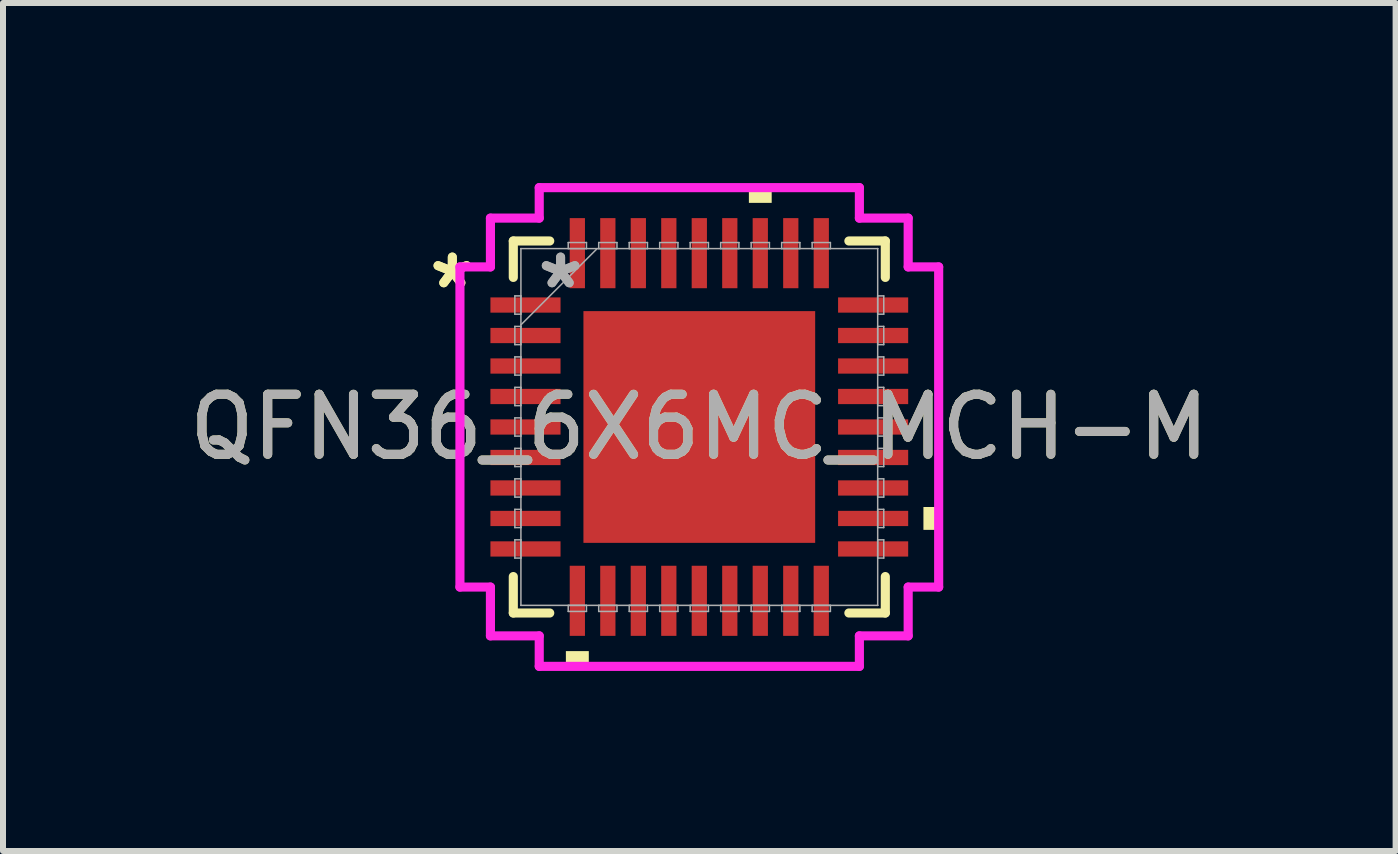
<source format=kicad_pcb>
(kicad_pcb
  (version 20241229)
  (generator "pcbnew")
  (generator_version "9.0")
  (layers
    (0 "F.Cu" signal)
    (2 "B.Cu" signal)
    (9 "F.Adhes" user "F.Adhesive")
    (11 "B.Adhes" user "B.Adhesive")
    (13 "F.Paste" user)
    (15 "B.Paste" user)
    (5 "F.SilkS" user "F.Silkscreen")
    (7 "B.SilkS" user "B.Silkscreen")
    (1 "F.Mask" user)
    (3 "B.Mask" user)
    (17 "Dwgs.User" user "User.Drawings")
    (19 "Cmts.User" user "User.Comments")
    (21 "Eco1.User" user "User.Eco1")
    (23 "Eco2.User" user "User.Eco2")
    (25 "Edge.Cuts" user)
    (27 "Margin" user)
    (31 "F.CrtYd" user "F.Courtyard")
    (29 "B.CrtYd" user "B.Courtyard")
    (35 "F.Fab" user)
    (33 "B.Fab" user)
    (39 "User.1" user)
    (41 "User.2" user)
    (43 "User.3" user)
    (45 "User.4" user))
  (footprint "QFN36_6X6MC_MCH-M"
    (layer "F.Cu")
    (at 8.601 4.064)
    (property "Reference" "QFN36_6X6MC_MCH-M" (at 0 0 0) (unlocked yes) (layer "F.SilkS") (effects (font (size 1 1) (thickness 0.15))))
    (attr smd)
    (fp_poly (pts (xy -1.994 -1.994) (xy -1.381 -1.994) (xy -1.381 1.994) (xy -1.994 1.994)) (stroke (width 0) (type solid)) (fill yes) (layer "F.Mask"))
    (fp_poly (pts (xy -1.994 -1.994) (xy 1.994 -1.994) (xy 1.994 -1.381) (xy -1.994 -1.381)) (stroke (width 0) (type solid)) (fill yes) (layer "F.Mask"))
    (fp_poly (pts (xy -1.994 -0.981) (xy 1.994 -0.981) (xy 1.994 -0.594) (xy -1.994 -0.594)) (stroke (width 0) (type solid)) (fill yes) (layer "F.Mask"))
    (fp_poly (pts (xy -1.994 -0.194) (xy 1.994 -0.194) (xy 1.994 0.194) (xy -1.994 0.194)) (stroke (width 0) (type solid)) (fill yes) (layer "F.Mask"))
    (fp_poly (pts (xy -1.994 0.594) (xy 1.994 0.594) (xy 1.994 0.981) (xy -1.994 0.981)) (stroke (width 0) (type solid)) (fill yes) (layer "F.Mask"))
    (fp_poly (pts (xy -1.994 1.381) (xy 1.994 1.381) (xy 1.994 1.994) (xy -1.994 1.994)) (stroke (width 0) (type solid)) (fill yes) (layer "F.Mask"))
    (fp_poly (pts (xy -0.594 -1.994) (xy -0.981 -1.994) (xy -0.981 1.994) (xy -0.594 1.994)) (stroke (width 0) (type solid)) (fill yes) (layer "F.Mask"))
    (fp_poly (pts (xy 0.194 -1.994) (xy -0.194 -1.994) (xy -0.194 1.994) (xy 0.194 1.994)) (stroke (width 0) (type solid)) (fill yes) (layer "F.Mask"))
    (fp_poly (pts (xy 0.981 -1.994) (xy 0.594 -1.994) (xy 0.594 1.994) (xy 0.981 1.994)) (stroke (width 0) (type solid)) (fill yes) (layer "F.Mask"))
    (fp_poly (pts (xy 1.381 -1.994) (xy 1.994 -1.994) (xy 1.994 1.994) (xy 1.381 1.994)) (stroke (width 0) (type solid)) (fill yes) (layer "F.Mask"))
    (fp_line (start -3.099 -3.099) (end -3.099 -2.492) (stroke (width 0.152) (type solid)) (layer "F.SilkS"))
    (fp_line (start -3.099 2.492) (end -3.099 3.099) (stroke (width 0.152) (type solid)) (layer "F.SilkS"))
    (fp_line (start -3.099 3.099) (end -2.492 3.099) (stroke (width 0.152) (type solid)) (layer "F.SilkS"))
    (fp_line (start -2.492 -3.099) (end -3.099 -3.099) (stroke (width 0.152) (type solid)) (layer "F.SilkS"))
    (fp_line (start 2.492 3.099) (end 3.099 3.099) (stroke (width 0.152) (type solid)) (layer "F.SilkS"))
    (fp_line (start 3.099 -3.099) (end 2.492 -3.099) (stroke (width 0.152) (type solid)) (layer "F.SilkS"))
    (fp_line (start 3.099 -2.492) (end 3.099 -3.099) (stroke (width 0.152) (type solid)) (layer "F.SilkS"))
    (fp_line (start 3.099 3.099) (end 3.099 2.492) (stroke (width 0.152) (type solid)) (layer "F.SilkS"))
    (fp_poly (pts (xy -2.223 3.734) (xy -2.223 3.988) (xy -1.841 3.988) (xy -1.841 3.734)) (stroke (width 0) (type solid)) (fill yes) (layer "F.SilkS"))
    (fp_poly (pts (xy 0.826 -3.734) (xy 0.826 -3.988) (xy 1.206 -3.988) (xy 1.206 -3.734)) (stroke (width 0) (type solid)) (fill yes) (layer "F.SilkS"))
    (fp_poly (pts (xy 3.988 1.333) (xy 3.988 1.714) (xy 3.734 1.714) (xy 3.734 1.333)) (stroke (width 0) (type solid)) (fill yes) (layer "F.SilkS"))
    (fp_poly (pts (xy -1.855 -1.855) (xy -1.855 -1.281) (xy -1.423 -1.281) (xy -1.281 -1.423) (xy -1.281 -1.855)) (stroke (width 0) (type solid)) (fill yes) (layer "F.Paste"))
    (fp_poly (pts (xy -1.855 1.281) (xy -1.855 1.855) (xy -1.281 1.855) (xy -1.281 1.423) (xy -1.423 1.281)) (stroke (width 0) (type solid)) (fill yes) (layer "F.Paste"))
    (fp_poly (pts (xy 1.281 -1.855) (xy 1.281 -1.423) (xy 1.423 -1.281) (xy 1.855 -1.281) (xy 1.855 -1.855)) (stroke (width 0) (type solid)) (fill yes) (layer "F.Paste"))
    (fp_poly (pts (xy 1.423 1.281) (xy 1.281 1.423) (xy 1.281 1.855) (xy 1.855 1.855) (xy 1.855 1.281)) (stroke (width 0) (type solid)) (fill yes) (layer "F.Paste"))
    (fp_poly (pts (xy -1.855 -1.081) (xy -1.855 -0.494) (xy -1.423 -0.494) (xy -1.281 -0.635) (xy -1.281 -0.94) (xy -1.423 -1.081)) (stroke (width 0) (type solid)) (fill yes) (layer "F.Paste"))
    (fp_poly (pts (xy -1.855 -0.294) (xy -1.855 0.294) (xy -1.423 0.294) (xy -1.281 0.152) (xy -1.281 -0.152) (xy -1.423 -0.294)) (stroke (width 0) (type solid)) (fill yes) (layer "F.Paste"))
    (fp_poly (pts (xy -1.855 0.494) (xy -1.855 1.081) (xy -1.423 1.081) (xy -1.281 0.94) (xy -1.281 0.635) (xy -1.423 0.494)) (stroke (width 0) (type solid)) (fill yes) (layer "F.Paste"))
    (fp_poly (pts (xy -1.081 -1.855) (xy -1.081 -1.423) (xy -0.94 -1.281) (xy -0.635 -1.281) (xy -0.494 -1.423) (xy -0.494 -1.855)) (stroke (width 0) (type solid)) (fill yes) (layer "F.Paste"))
    (fp_poly (pts (xy -0.94 1.281) (xy -1.081 1.423) (xy -1.081 1.855) (xy -0.494 1.855) (xy -0.494 1.423) (xy -0.635 1.281)) (stroke (width 0) (type solid)) (fill yes) (layer "F.Paste"))
    (fp_poly (pts (xy -0.294 -1.855) (xy -0.294 -1.423) (xy -0.152 -1.281) (xy 0.152 -1.281) (xy 0.294 -1.423) (xy 0.294 -1.855)) (stroke (width 0) (type solid)) (fill yes) (layer "F.Paste"))
    (fp_poly (pts (xy -0.152 1.281) (xy -0.294 1.423) (xy -0.294 1.855) (xy 0.294 1.855) (xy 0.294 1.423) (xy 0.152 1.281)) (stroke (width 0) (type solid)) (fill yes) (layer "F.Paste"))
    (fp_poly (pts (xy 0.494 -1.855) (xy 0.494 -1.423) (xy 0.635 -1.281) (xy 0.94 -1.281) (xy 1.081 -1.423) (xy 1.081 -1.855)) (stroke (width 0) (type solid)) (fill yes) (layer "F.Paste"))
    (fp_poly (pts (xy 0.635 1.281) (xy 0.494 1.423) (xy 0.494 1.855) (xy 1.081 1.855) (xy 1.081 1.423) (xy 0.94 1.281)) (stroke (width 0) (type solid)) (fill yes) (layer "F.Paste"))
    (fp_poly (pts (xy 1.423 -1.081) (xy 1.281 -0.94) (xy 1.281 -0.635) (xy 1.423 -0.494) (xy 1.855 -0.494) (xy 1.855 -1.081)) (stroke (width 0) (type solid)) (fill yes) (layer "F.Paste"))
    (fp_poly (pts (xy 1.423 -0.294) (xy 1.281 -0.152) (xy 1.281 0.152) (xy 1.423 0.294) (xy 1.855 0.294) (xy 1.855 -0.294)) (stroke (width 0) (type solid)) (fill yes) (layer "F.Paste"))
    (fp_poly (pts (xy 1.423 0.494) (xy 1.281 0.635) (xy 1.281 0.94) (xy 1.423 1.081) (xy 1.855 1.081) (xy 1.855 0.494)) (stroke (width 0) (type solid)) (fill yes) (layer "F.Paste"))
    (fp_poly (pts (xy -0.94 -1.081) (xy -1.081 -0.94) (xy -1.081 -0.635) (xy -0.94 -0.494) (xy -0.635 -0.494) (xy -0.494 -0.635) (xy -0.494 -0.94) (xy -0.635 -1.081)) (stroke (width 0) (type solid)) (fill yes) (layer "F.Paste"))
    (fp_poly (pts (xy -0.94 -0.294) (xy -1.081 -0.152) (xy -1.081 0.152) (xy -0.94 0.294) (xy -0.635 0.294) (xy -0.494 0.152) (xy -0.494 -0.152) (xy -0.635 -0.294)) (stroke (width 0) (type solid)) (fill yes) (layer "F.Paste"))
    (fp_poly (pts (xy -0.94 0.494) (xy -1.081 0.635) (xy -1.081 0.94) (xy -0.94 1.081) (xy -0.635 1.081) (xy -0.494 0.94) (xy -0.494 0.635) (xy -0.635 0.494)) (stroke (width 0) (type solid)) (fill yes) (layer "F.Paste"))
    (fp_poly (pts (xy -0.152 -1.081) (xy -0.294 -0.94) (xy -0.294 -0.635) (xy -0.152 -0.494) (xy 0.152 -0.494) (xy 0.294 -0.635) (xy 0.294 -0.94) (xy 0.152 -1.081)) (stroke (width 0) (type solid)) (fill yes) (layer "F.Paste"))
    (fp_poly (pts (xy -0.152 -0.294) (xy -0.294 -0.152) (xy -0.294 0.152) (xy -0.152 0.294) (xy 0.152 0.294) (xy 0.294 0.152) (xy 0.294 -0.152) (xy 0.152 -0.294)) (stroke (width 0) (type solid)) (fill yes) (layer "F.Paste"))
    (fp_poly (pts (xy -0.152 0.494) (xy -0.294 0.635) (xy -0.294 0.94) (xy -0.152 1.081) (xy 0.152 1.081) (xy 0.294 0.94) (xy 0.294 0.635) (xy 0.152 0.494)) (stroke (width 0) (type solid)) (fill yes) (layer "F.Paste"))
    (fp_poly (pts (xy 0.635 -1.081) (xy 0.494 -0.94) (xy 0.494 -0.635) (xy 0.635 -0.494) (xy 0.94 -0.494) (xy 1.081 -0.635) (xy 1.081 -0.94) (xy 0.94 -1.081)) (stroke (width 0) (type solid)) (fill yes) (layer "F.Paste"))
    (fp_poly (pts (xy 0.635 -0.294) (xy 0.494 -0.152) (xy 0.494 0.152) (xy 0.635 0.294) (xy 0.94 0.294) (xy 1.081 0.152) (xy 1.081 -0.152) (xy 0.94 -0.294)) (stroke (width 0) (type solid)) (fill yes) (layer "F.Paste"))
    (fp_poly (pts (xy 0.635 0.494) (xy 0.494 0.635) (xy 0.494 0.94) (xy 0.635 1.081) (xy 0.94 1.081) (xy 1.081 0.94) (xy 1.081 0.635) (xy 0.94 0.494)) (stroke (width 0) (type solid)) (fill yes) (layer "F.Paste"))
    (fp_circle (center -1.181 -1.181) (end -0.8 -1.181) (stroke (width 0.254) (type solid)) (fill no) (layer "Eco1.User"))
    (fp_circle (center -1.181 -0.394) (end -0.8 -0.394) (stroke (width 0.254) (type solid)) (fill no) (layer "Eco1.User"))
    (fp_circle (center -1.181 0.394) (end -0.8 0.394) (stroke (width 0.254) (type solid)) (fill no) (layer "Eco1.User"))
    (fp_circle (center -1.181 1.181) (end -0.8 1.181) (stroke (width 0.254) (type solid)) (fill no) (layer "Eco1.User"))
    (fp_circle (center -0.394 -1.181) (end -0.013 -1.181) (stroke (width 0.254) (type solid)) (fill no) (layer "Eco1.User"))
    (fp_circle (center -0.394 -0.394) (end -0.013 -0.394) (stroke (width 0.254) (type solid)) (fill no) (layer "Eco1.User"))
    (fp_circle (center -0.394 0.394) (end -0.013 0.394) (stroke (width 0.254) (type solid)) (fill no) (layer "Eco1.User"))
    (fp_circle (center -0.394 1.181) (end -0.013 1.181) (stroke (width 0.254) (type solid)) (fill no) (layer "Eco1.User"))
    (fp_circle (center 0.394 -1.181) (end 0.775 -1.181) (stroke (width 0.254) (type solid)) (fill no) (layer "Eco1.User"))
    (fp_circle (center 0.394 -0.394) (end 0.775 -0.394) (stroke (width 0.254) (type solid)) (fill no) (layer "Eco1.User"))
    (fp_circle (center 0.394 0.394) (end 0.775 0.394) (stroke (width 0.254) (type solid)) (fill no) (layer "Eco1.User"))
    (fp_circle (center 0.394 1.181) (end 0.775 1.181) (stroke (width 0.254) (type solid)) (fill no) (layer "Eco1.User"))
    (fp_circle (center 1.181 -1.181) (end 1.562 -1.181) (stroke (width 0.254) (type solid)) (fill no) (layer "Eco1.User"))
    (fp_circle (center 1.181 -0.394) (end 1.562 -0.394) (stroke (width 0.254) (type solid)) (fill no) (layer "Eco1.User"))
    (fp_circle (center 1.181 0.394) (end 1.562 0.394) (stroke (width 0.254) (type solid)) (fill no) (layer "Eco1.User"))
    (fp_circle (center 1.181 1.181) (end 1.562 1.181) (stroke (width 0.254) (type solid)) (fill no) (layer "Eco1.User"))
    (fp_line (start -3.988 -2.667) (end -3.48 -2.667) (stroke (width 0.152) (type solid)) (layer "F.CrtYd"))
    (fp_line (start -3.988 2.667) (end -3.988 -2.667) (stroke (width 0.152) (type solid)) (layer "F.CrtYd"))
    (fp_line (start -3.48 -3.48) (end -2.667 -3.48) (stroke (width 0.152) (type solid)) (layer "F.CrtYd"))
    (fp_line (start -3.48 -2.667) (end -3.48 -3.48) (stroke (width 0.152) (type solid)) (layer "F.CrtYd"))
    (fp_line (start -3.48 2.667) (end -3.988 2.667) (stroke (width 0.152) (type solid)) (layer "F.CrtYd"))
    (fp_line (start -3.48 3.48) (end -3.48 2.667) (stroke (width 0.152) (type solid)) (layer "F.CrtYd"))
    (fp_line (start -2.667 -3.988) (end 2.667 -3.988) (stroke (width 0.152) (type solid)) (layer "F.CrtYd"))
    (fp_line (start -2.667 -3.48) (end -2.667 -3.988) (stroke (width 0.152) (type solid)) (layer "F.CrtYd"))
    (fp_line (start -2.667 3.48) (end -3.48 3.48) (stroke (width 0.152) (type solid)) (layer "F.CrtYd"))
    (fp_line (start -2.667 3.988) (end -2.667 3.48) (stroke (width 0.152) (type solid)) (layer "F.CrtYd"))
    (fp_line (start 2.667 -3.988) (end 2.667 -3.48) (stroke (width 0.152) (type solid)) (layer "F.CrtYd"))
    (fp_line (start 2.667 -3.48) (end 3.48 -3.48) (stroke (width 0.152) (type solid)) (layer "F.CrtYd"))
    (fp_line (start 2.667 3.48) (end 2.667 3.988) (stroke (width 0.152) (type solid)) (layer "F.CrtYd"))
    (fp_line (start 2.667 3.988) (end -2.667 3.988) (stroke (width 0.152) (type solid)) (layer "F.CrtYd"))
    (fp_line (start 3.48 -3.48) (end 3.48 -2.667) (stroke (width 0.152) (type solid)) (layer "F.CrtYd"))
    (fp_line (start 3.48 -2.667) (end 3.988 -2.667) (stroke (width 0.152) (type solid)) (layer "F.CrtYd"))
    (fp_line (start 3.48 2.667) (end 3.48 3.48) (stroke (width 0.152) (type solid)) (layer "F.CrtYd"))
    (fp_line (start 3.48 3.48) (end 2.667 3.48) (stroke (width 0.152) (type solid)) (layer "F.CrtYd"))
    (fp_line (start 3.988 -2.667) (end 3.988 2.667) (stroke (width 0.152) (type solid)) (layer "F.CrtYd"))
    (fp_line (start 3.988 2.667) (end 3.48 2.667) (stroke (width 0.152) (type solid)) (layer "F.CrtYd"))
    (fp_line (start -3.073 -2.184) (end -3.073 -1.88) (stroke (width 0.025) (type solid)) (layer "F.Fab"))
    (fp_line (start -3.073 -1.88) (end -2.972 -1.88) (stroke (width 0.025) (type solid)) (layer "F.Fab"))
    (fp_line (start -3.073 -1.676) (end -3.073 -1.372) (stroke (width 0.025) (type solid)) (layer "F.Fab"))
    (fp_line (start -3.073 -1.372) (end -2.972 -1.372) (stroke (width 0.025) (type solid)) (layer "F.Fab"))
    (fp_line (start -3.073 -1.168) (end -3.073 -0.864) (stroke (width 0.025) (type solid)) (layer "F.Fab"))
    (fp_line (start -3.073 -0.864) (end -2.972 -0.864) (stroke (width 0.025) (type solid)) (layer "F.Fab"))
    (fp_line (start -3.073 -0.66) (end -3.073 -0.356) (stroke (width 0.025) (type solid)) (layer "F.Fab"))
    (fp_line (start -3.073 -0.356) (end -2.972 -0.356) (stroke (width 0.025) (type solid)) (layer "F.Fab"))
    (fp_line (start -3.073 -0.152) (end -3.073 0.152) (stroke (width 0.025) (type solid)) (layer "F.Fab"))
    (fp_line (start -3.073 0.152) (end -2.972 0.152) (stroke (width 0.025) (type solid)) (layer "F.Fab"))
    (fp_line (start -3.073 0.356) (end -3.073 0.66) (stroke (width 0.025) (type solid)) (layer "F.Fab"))
    (fp_line (start -3.073 0.66) (end -2.972 0.66) (stroke (width 0.025) (type solid)) (layer "F.Fab"))
    (fp_line (start -3.073 0.864) (end -3.073 1.168) (stroke (width 0.025) (type solid)) (layer "F.Fab"))
    (fp_line (start -3.073 1.168) (end -2.972 1.168) (stroke (width 0.025) (type solid)) (layer "F.Fab"))
    (fp_line (start -3.073 1.372) (end -3.073 1.676) (stroke (width 0.025) (type solid)) (layer "F.Fab"))
    (fp_line (start -3.073 1.676) (end -2.972 1.676) (stroke (width 0.025) (type solid)) (layer "F.Fab"))
    (fp_line (start -3.073 1.88) (end -3.073 2.184) (stroke (width 0.025) (type solid)) (layer "F.Fab"))
    (fp_line (start -3.073 2.184) (end -2.972 2.184) (stroke (width 0.025) (type solid)) (layer "F.Fab"))
    (fp_line (start -2.972 -2.972) (end -2.972 -2.972) (stroke (width 0.025) (type solid)) (layer "F.Fab"))
    (fp_line (start -2.972 -2.972) (end -2.972 2.972) (stroke (width 0.025) (type solid)) (layer "F.Fab"))
    (fp_line (start -2.972 -2.184) (end -3.073 -2.184) (stroke (width 0.025) (type solid)) (layer "F.Fab"))
    (fp_line (start -2.972 -1.88) (end -2.972 -2.184) (stroke (width 0.025) (type solid)) (layer "F.Fab"))
    (fp_line (start -2.972 -1.702) (end -1.702 -2.972) (stroke (width 0.025) (type solid)) (layer "F.Fab"))
    (fp_line (start -2.972 -1.676) (end -3.073 -1.676) (stroke (width 0.025) (type solid)) (layer "F.Fab"))
    (fp_line (start -2.972 -1.372) (end -2.972 -1.676) (stroke (width 0.025) (type solid)) (layer "F.Fab"))
    (fp_line (start -2.972 -1.168) (end -3.073 -1.168) (stroke (width 0.025) (type solid)) (layer "F.Fab"))
    (fp_line (start -2.972 -0.864) (end -2.972 -1.168) (stroke (width 0.025) (type solid)) (layer "F.Fab"))
    (fp_line (start -2.972 -0.66) (end -3.073 -0.66) (stroke (width 0.025) (type solid)) (layer "F.Fab"))
    (fp_line (start -2.972 -0.356) (end -2.972 -0.66) (stroke (width 0.025) (type solid)) (layer "F.Fab"))
    (fp_line (start -2.972 -0.152) (end -3.073 -0.152) (stroke (width 0.025) (type solid)) (layer "F.Fab"))
    (fp_line (start -2.972 0.152) (end -2.972 -0.152) (stroke (width 0.025) (type solid)) (layer "F.Fab"))
    (fp_line (start -2.972 0.356) (end -3.073 0.356) (stroke (width 0.025) (type solid)) (layer "F.Fab"))
    (fp_line (start -2.972 0.66) (end -2.972 0.356) (stroke (width 0.025) (type solid)) (layer "F.Fab"))
    (fp_line (start -2.972 0.864) (end -3.073 0.864) (stroke (width 0.025) (type solid)) (layer "F.Fab"))
    (fp_line (start -2.972 1.168) (end -2.972 0.864) (stroke (width 0.025) (type solid)) (layer "F.Fab"))
    (fp_line (start -2.972 1.372) (end -3.073 1.372) (stroke (width 0.025) (type solid)) (layer "F.Fab"))
    (fp_line (start -2.972 1.676) (end -2.972 1.372) (stroke (width 0.025) (type solid)) (layer "F.Fab"))
    (fp_line (start -2.972 1.88) (end -3.073 1.88) (stroke (width 0.025) (type solid)) (layer "F.Fab"))
    (fp_line (start -2.972 2.184) (end -2.972 1.88) (stroke (width 0.025) (type solid)) (layer "F.Fab"))
    (fp_line (start -2.972 2.972) (end -2.972 2.972) (stroke (width 0.025) (type solid)) (layer "F.Fab"))
    (fp_line (start -2.972 2.972) (end 2.972 2.972) (stroke (width 0.025) (type solid)) (layer "F.Fab"))
    (fp_line (start -2.184 -3.073) (end -2.184 -2.972) (stroke (width 0.025) (type solid)) (layer "F.Fab"))
    (fp_line (start -2.184 -2.972) (end -1.88 -2.972) (stroke (width 0.025) (type solid)) (layer "F.Fab"))
    (fp_line (start -2.184 2.972) (end -2.184 3.073) (stroke (width 0.025) (type solid)) (layer "F.Fab"))
    (fp_line (start -2.184 3.073) (end -1.88 3.073) (stroke (width 0.025) (type solid)) (layer "F.Fab"))
    (fp_line (start -1.88 -3.073) (end -2.184 -3.073) (stroke (width 0.025) (type solid)) (layer "F.Fab"))
    (fp_line (start -1.88 -2.972) (end -1.88 -3.073) (stroke (width 0.025) (type solid)) (layer "F.Fab"))
    (fp_line (start -1.88 2.972) (end -2.184 2.972) (stroke (width 0.025) (type solid)) (layer "F.Fab"))
    (fp_line (start -1.88 3.073) (end -1.88 2.972) (stroke (width 0.025) (type solid)) (layer "F.Fab"))
    (fp_line (start -1.676 -3.073) (end -1.676 -2.972) (stroke (width 0.025) (type solid)) (layer "F.Fab"))
    (fp_line (start -1.676 -2.972) (end -1.372 -2.972) (stroke (width 0.025) (type solid)) (layer "F.Fab"))
    (fp_line (start -1.676 2.972) (end -1.676 3.073) (stroke (width 0.025) (type solid)) (layer "F.Fab"))
    (fp_line (start -1.676 3.073) (end -1.372 3.073) (stroke (width 0.025) (type solid)) (layer "F.Fab"))
    (fp_line (start -1.372 -3.073) (end -1.676 -3.073) (stroke (width 0.025) (type solid)) (layer "F.Fab"))
    (fp_line (start -1.372 -2.972) (end -1.372 -3.073) (stroke (width 0.025) (type solid)) (layer "F.Fab"))
    (fp_line (start -1.372 2.972) (end -1.676 2.972) (stroke (width 0.025) (type solid)) (layer "F.Fab"))
    (fp_line (start -1.372 3.073) (end -1.372 2.972) (stroke (width 0.025) (type solid)) (layer "F.Fab"))
    (fp_line (start -1.168 -3.073) (end -1.168 -2.972) (stroke (width 0.025) (type solid)) (layer "F.Fab"))
    (fp_line (start -1.168 -2.972) (end -0.864 -2.972) (stroke (width 0.025) (type solid)) (layer "F.Fab"))
    (fp_line (start -1.168 2.972) (end -1.168 3.073) (stroke (width 0.025) (type solid)) (layer "F.Fab"))
    (fp_line (start -1.168 3.073) (end -0.864 3.073) (stroke (width 0.025) (type solid)) (layer "F.Fab"))
    (fp_line (start -0.864 -3.073) (end -1.168 -3.073) (stroke (width 0.025) (type solid)) (layer "F.Fab"))
    (fp_line (start -0.864 -2.972) (end -0.864 -3.073) (stroke (width 0.025) (type solid)) (layer "F.Fab"))
    (fp_line (start -0.864 2.972) (end -1.168 2.972) (stroke (width 0.025) (type solid)) (layer "F.Fab"))
    (fp_line (start -0.864 3.073) (end -0.864 2.972) (stroke (width 0.025) (type solid)) (layer "F.Fab"))
    (fp_line (start -0.66 -3.073) (end -0.66 -2.972) (stroke (width 0.025) (type solid)) (layer "F.Fab"))
    (fp_line (start -0.66 -2.972) (end -0.356 -2.972) (stroke (width 0.025) (type solid)) (layer "F.Fab"))
    (fp_line (start -0.66 2.972) (end -0.66 3.073) (stroke (width 0.025) (type solid)) (layer "F.Fab"))
    (fp_line (start -0.66 3.073) (end -0.356 3.073) (stroke (width 0.025) (type solid)) (layer "F.Fab"))
    (fp_line (start -0.356 -3.073) (end -0.66 -3.073) (stroke (width 0.025) (type solid)) (layer "F.Fab"))
    (fp_line (start -0.356 -2.972) (end -0.356 -3.073) (stroke (width 0.025) (type solid)) (layer "F.Fab"))
    (fp_line (start -0.356 2.972) (end -0.66 2.972) (stroke (width 0.025) (type solid)) (layer "F.Fab"))
    (fp_line (start -0.356 3.073) (end -0.356 2.972) (stroke (width 0.025) (type solid)) (layer "F.Fab"))
    (fp_line (start -0.152 -3.073) (end -0.152 -2.972) (stroke (width 0.025) (type solid)) (layer "F.Fab"))
    (fp_line (start -0.152 -2.972) (end 0.152 -2.972) (stroke (width 0.025) (type solid)) (layer "F.Fab"))
    (fp_line (start -0.152 2.972) (end -0.152 3.073) (stroke (width 0.025) (type solid)) (layer "F.Fab"))
    (fp_line (start -0.152 3.073) (end 0.152 3.073) (stroke (width 0.025) (type solid)) (layer "F.Fab"))
    (fp_line (start 0.152 -3.073) (end -0.152 -3.073) (stroke (width 0.025) (type solid)) (layer "F.Fab"))
    (fp_line (start 0.152 -2.972) (end 0.152 -3.073) (stroke (width 0.025) (type solid)) (layer "F.Fab"))
    (fp_line (start 0.152 2.972) (end -0.152 2.972) (stroke (width 0.025) (type solid)) (layer "F.Fab"))
    (fp_line (start 0.152 3.073) (end 0.152 2.972) (stroke (width 0.025) (type solid)) (layer "F.Fab"))
    (fp_line (start 0.356 -3.073) (end 0.356 -2.972) (stroke (width 0.025) (type solid)) (layer "F.Fab"))
    (fp_line (start 0.356 -2.972) (end 0.66 -2.972) (stroke (width 0.025) (type solid)) (layer "F.Fab"))
    (fp_line (start 0.356 2.972) (end 0.356 3.073) (stroke (width 0.025) (type solid)) (layer "F.Fab"))
    (fp_line (start 0.356 3.073) (end 0.66 3.073) (stroke (width 0.025) (type solid)) (layer "F.Fab"))
    (fp_line (start 0.66 -3.073) (end 0.356 -3.073) (stroke (width 0.025) (type solid)) (layer "F.Fab"))
    (fp_line (start 0.66 -2.972) (end 0.66 -3.073) (stroke (width 0.025) (type solid)) (layer "F.Fab"))
    (fp_line (start 0.66 2.972) (end 0.356 2.972) (stroke (width 0.025) (type solid)) (layer "F.Fab"))
    (fp_line (start 0.66 3.073) (end 0.66 2.972) (stroke (width 0.025) (type solid)) (layer "F.Fab"))
    (fp_line (start 0.864 -3.073) (end 0.864 -2.972) (stroke (width 0.025) (type solid)) (layer "F.Fab"))
    (fp_line (start 0.864 -2.972) (end 1.168 -2.972) (stroke (width 0.025) (type solid)) (layer "F.Fab"))
    (fp_line (start 0.864 2.972) (end 0.864 3.073) (stroke (width 0.025) (type solid)) (layer "F.Fab"))
    (fp_line (start 0.864 3.073) (end 1.168 3.073) (stroke (width 0.025) (type solid)) (layer "F.Fab"))
    (fp_line (start 1.168 -3.073) (end 0.864 -3.073) (stroke (width 0.025) (type solid)) (layer "F.Fab"))
    (fp_line (start 1.168 -2.972) (end 1.168 -3.073) (stroke (width 0.025) (type solid)) (layer "F.Fab"))
    (fp_line (start 1.168 2.972) (end 0.864 2.972) (stroke (width 0.025) (type solid)) (layer "F.Fab"))
    (fp_line (start 1.168 3.073) (end 1.168 2.972) (stroke (width 0.025) (type solid)) (layer "F.Fab"))
    (fp_line (start 1.372 -3.073) (end 1.372 -2.972) (stroke (width 0.025) (type solid)) (layer "F.Fab"))
    (fp_line (start 1.372 -2.972) (end 1.676 -2.972) (stroke (width 0.025) (type solid)) (layer "F.Fab"))
    (fp_line (start 1.372 2.972) (end 1.372 3.073) (stroke (width 0.025) (type solid)) (layer "F.Fab"))
    (fp_line (start 1.372 3.073) (end 1.676 3.073) (stroke (width 0.025) (type solid)) (layer "F.Fab"))
    (fp_line (start 1.676 -3.073) (end 1.372 -3.073) (stroke (width 0.025) (type solid)) (layer "F.Fab"))
    (fp_line (start 1.676 -2.972) (end 1.676 -3.073) (stroke (width 0.025) (type solid)) (layer "F.Fab"))
    (fp_line (start 1.676 2.972) (end 1.372 2.972) (stroke (width 0.025) (type solid)) (layer "F.Fab"))
    (fp_line (start 1.676 3.073) (end 1.676 2.972) (stroke (width 0.025) (type solid)) (layer "F.Fab"))
    (fp_line (start 1.88 -3.073) (end 1.88 -2.972) (stroke (width 0.025) (type solid)) (layer "F.Fab"))
    (fp_line (start 1.88 -2.972) (end 2.184 -2.972) (stroke (width 0.025) (type solid)) (layer "F.Fab"))
    (fp_line (start 1.88 2.972) (end 1.88 3.073) (stroke (width 0.025) (type solid)) (layer "F.Fab"))
    (fp_line (start 1.88 3.073) (end 2.184 3.073) (stroke (width 0.025) (type solid)) (layer "F.Fab"))
    (fp_line (start 2.184 -3.073) (end 1.88 -3.073) (stroke (width 0.025) (type solid)) (layer "F.Fab"))
    (fp_line (start 2.184 -2.972) (end 2.184 -3.073) (stroke (width 0.025) (type solid)) (layer "F.Fab"))
    (fp_line (start 2.184 2.972) (end 1.88 2.972) (stroke (width 0.025) (type solid)) (layer "F.Fab"))
    (fp_line (start 2.184 3.073) (end 2.184 2.972) (stroke (width 0.025) (type solid)) (layer "F.Fab"))
    (fp_line (start 2.972 -2.972) (end -2.972 -2.972) (stroke (width 0.025) (type solid)) (layer "F.Fab"))
    (fp_line (start 2.972 -2.972) (end 2.972 -2.972) (stroke (width 0.025) (type solid)) (layer "F.Fab"))
    (fp_line (start 2.972 -2.184) (end 2.972 -1.88) (stroke (width 0.025) (type solid)) (layer "F.Fab"))
    (fp_line (start 2.972 -1.88) (end 3.073 -1.88) (stroke (width 0.025) (type solid)) (layer "F.Fab"))
    (fp_line (start 2.972 -1.676) (end 2.972 -1.372) (stroke (width 0.025) (type solid)) (layer "F.Fab"))
    (fp_line (start 2.972 -1.372) (end 3.073 -1.372) (stroke (width 0.025) (type solid)) (layer "F.Fab"))
    (fp_line (start 2.972 -1.168) (end 2.972 -0.864) (stroke (width 0.025) (type solid)) (layer "F.Fab"))
    (fp_line (start 2.972 -0.864) (end 3.073 -0.864) (stroke (width 0.025) (type solid)) (layer "F.Fab"))
    (fp_line (start 2.972 -0.66) (end 2.972 -0.356) (stroke (width 0.025) (type solid)) (layer "F.Fab"))
    (fp_line (start 2.972 -0.356) (end 3.073 -0.356) (stroke (width 0.025) (type solid)) (layer "F.Fab"))
    (fp_line (start 2.972 -0.152) (end 2.972 0.152) (stroke (width 0.025) (type solid)) (layer "F.Fab"))
    (fp_line (start 2.972 0.152) (end 3.073 0.152) (stroke (width 0.025) (type solid)) (layer "F.Fab"))
    (fp_line (start 2.972 0.356) (end 2.972 0.66) (stroke (width 0.025) (type solid)) (layer "F.Fab"))
    (fp_line (start 2.972 0.66) (end 3.073 0.66) (stroke (width 0.025) (type solid)) (layer "F.Fab"))
    (fp_line (start 2.972 0.864) (end 2.972 1.168) (stroke (width 0.025) (type solid)) (layer "F.Fab"))
    (fp_line (start 2.972 1.168) (end 3.073 1.168) (stroke (width 0.025) (type solid)) (layer "F.Fab"))
    (fp_line (start 2.972 1.372) (end 2.972 1.676) (stroke (width 0.025) (type solid)) (layer "F.Fab"))
    (fp_line (start 2.972 1.676) (end 3.073 1.676) (stroke (width 0.025) (type solid)) (layer "F.Fab"))
    (fp_line (start 2.972 1.88) (end 2.972 2.184) (stroke (width 0.025) (type solid)) (layer "F.Fab"))
    (fp_line (start 2.972 2.184) (end 3.073 2.184) (stroke (width 0.025) (type solid)) (layer "F.Fab"))
    (fp_line (start 2.972 2.972) (end 2.972 -2.972) (stroke (width 0.025) (type solid)) (layer "F.Fab"))
    (fp_line (start 2.972 2.972) (end 2.972 2.972) (stroke (width 0.025) (type solid)) (layer "F.Fab"))
    (fp_line (start 3.073 -2.184) (end 2.972 -2.184) (stroke (width 0.025) (type solid)) (layer "F.Fab"))
    (fp_line (start 3.073 -1.88) (end 3.073 -2.184) (stroke (width 0.025) (type solid)) (layer "F.Fab"))
    (fp_line (start 3.073 -1.676) (end 2.972 -1.676) (stroke (width 0.025) (type solid)) (layer "F.Fab"))
    (fp_line (start 3.073 -1.372) (end 3.073 -1.676) (stroke (width 0.025) (type solid)) (layer "F.Fab"))
    (fp_line (start 3.073 -1.168) (end 2.972 -1.168) (stroke (width 0.025) (type solid)) (layer "F.Fab"))
    (fp_line (start 3.073 -0.864) (end 3.073 -1.168) (stroke (width 0.025) (type solid)) (layer "F.Fab"))
    (fp_line (start 3.073 -0.66) (end 2.972 -0.66) (stroke (width 0.025) (type solid)) (layer "F.Fab"))
    (fp_line (start 3.073 -0.356) (end 3.073 -0.66) (stroke (width 0.025) (type solid)) (layer "F.Fab"))
    (fp_line (start 3.073 -0.152) (end 2.972 -0.152) (stroke (width 0.025) (type solid)) (layer "F.Fab"))
    (fp_line (start 3.073 0.152) (end 3.073 -0.152) (stroke (width 0.025) (type solid)) (layer "F.Fab"))
    (fp_line (start 3.073 0.356) (end 2.972 0.356) (stroke (width 0.025) (type solid)) (layer "F.Fab"))
    (fp_line (start 3.073 0.66) (end 3.073 0.356) (stroke (width 0.025) (type solid)) (layer "F.Fab"))
    (fp_line (start 3.073 0.864) (end 2.972 0.864) (stroke (width 0.025) (type solid)) (layer "F.Fab"))
    (fp_line (start 3.073 1.168) (end 3.073 0.864) (stroke (width 0.025) (type solid)) (layer "F.Fab"))
    (fp_line (start 3.073 1.372) (end 2.972 1.372) (stroke (width 0.025) (type solid)) (layer "F.Fab"))
    (fp_line (start 3.073 1.676) (end 3.073 1.372) (stroke (width 0.025) (type solid)) (layer "F.Fab"))
    (fp_line (start 3.073 1.88) (end 2.972 1.88) (stroke (width 0.025) (type solid)) (layer "F.Fab"))
    (fp_line (start 3.073 2.184) (end 3.073 1.88) (stroke (width 0.025) (type solid)) (layer "F.Fab"))
    (fp_text user "*" (at -4.115 -2.286 0) (layer "F.SilkS") (effects (font (size 1 1) (thickness 0.15))))
    (fp_text user "*" (at -4.115 -2.286 0) (unlocked yes) (layer "F.SilkS") (effects (font (size 1 1) (thickness 0.15))))
    (fp_text user "${REFERENCE}" (at 0 0 0) (unlocked yes) (layer "F.Fab") (effects (font (size 1 1) (thickness 0.15))))
    (fp_text user "*" (at -2.311 -2.286 0) (layer "F.Fab") (effects (font (size 1 1) (thickness 0.15))))
    (fp_text user "*" (at -2.311 -2.286 0) (unlocked yes) (layer "F.Fab") (effects (font (size 1 1) (thickness 0.15))))
    (pad "1" smd rect (at -2.896 -2.032 90) (size 0.254 1.168) (layers "F.Cu" "F.Mask" "F.Paste"))
    (pad "2" smd rect (at -2.896 -1.524 90) (size 0.254 1.168) (layers "F.Cu" "F.Mask" "F.Paste"))
    (pad "3" smd rect (at -2.896 -1.016 90) (size 0.254 1.168) (layers "F.Cu" "F.Mask" "F.Paste"))
    (pad "4" smd rect (at -2.896 -0.508 90) (size 0.254 1.168) (layers "F.Cu" "F.Mask" "F.Paste"))
    (pad "5" smd rect (at -2.896 0 90) (size 0.254 1.168) (layers "F.Cu" "F.Mask" "F.Paste"))
    (pad "6" smd rect (at -2.896 0.508 90) (size 0.254 1.168) (layers "F.Cu" "F.Mask" "F.Paste"))
    (pad "7" smd rect (at -2.896 1.016 90) (size 0.254 1.168) (layers "F.Cu" "F.Mask" "F.Paste"))
    (pad "8" smd rect (at -2.896 1.524 90) (size 0.254 1.168) (layers "F.Cu" "F.Mask" "F.Paste"))
    (pad "9" smd rect (at -2.896 2.032 90) (size 0.254 1.168) (layers "F.Cu" "F.Mask" "F.Paste"))
    (pad "10" smd rect (at -2.032 2.896) (size 0.254 1.168) (layers "F.Cu" "F.Mask" "F.Paste"))
    (pad "11" smd rect (at -1.524 2.896) (size 0.254 1.168) (layers "F.Cu" "F.Mask" "F.Paste"))
    (pad "12" smd rect (at -1.016 2.896) (size 0.254 1.168) (layers "F.Cu" "F.Mask" "F.Paste"))
    (pad "13" smd rect (at -0.508 2.896) (size 0.254 1.168) (layers "F.Cu" "F.Mask" "F.Paste"))
    (pad "14" smd rect (at 0 2.896) (size 0.254 1.168) (layers "F.Cu" "F.Mask" "F.Paste"))
    (pad "15" smd rect (at 0.508 2.896) (size 0.254 1.168) (layers "F.Cu" "F.Mask" "F.Paste"))
    (pad "16" smd rect (at 1.016 2.896) (size 0.254 1.168) (layers "F.Cu" "F.Mask" "F.Paste"))
    (pad "17" smd rect (at 1.524 2.896) (size 0.254 1.168) (layers "F.Cu" "F.Mask" "F.Paste"))
    (pad "18" smd rect (at 2.032 2.896) (size 0.254 1.168) (layers "F.Cu" "F.Mask" "F.Paste"))
    (pad "19" smd rect (at 2.896 2.032 90) (size 0.254 1.168) (layers "F.Cu" "F.Mask" "F.Paste"))
    (pad "20" smd rect (at 2.896 1.524 90) (size 0.254 1.168) (layers "F.Cu" "F.Mask" "F.Paste"))
    (pad "21" smd rect (at 2.896 1.016 90) (size 0.254 1.168) (layers "F.Cu" "F.Mask" "F.Paste"))
    (pad "22" smd rect (at 2.896 0.508 90) (size 0.254 1.168) (layers "F.Cu" "F.Mask" "F.Paste"))
    (pad "23" smd rect (at 2.896 0 90) (size 0.254 1.168) (layers "F.Cu" "F.Mask" "F.Paste"))
    (pad "24" smd rect (at 2.896 -0.508 90) (size 0.254 1.168) (layers "F.Cu" "F.Mask" "F.Paste"))
    (pad "25" smd rect (at 2.896 -1.016 90) (size 0.254 1.168) (layers "F.Cu" "F.Mask" "F.Paste"))
    (pad "26" smd rect (at 2.896 -1.524 90) (size 0.254 1.168) (layers "F.Cu" "F.Mask" "F.Paste"))
    (pad "27" smd rect (at 2.896 -2.032 90) (size 0.254 1.168) (layers "F.Cu" "F.Mask" "F.Paste"))
    (pad "28" smd rect (at 2.032 -2.896) (size 0.254 1.168) (layers "F.Cu" "F.Mask" "F.Paste"))
    (pad "29" smd rect (at 1.524 -2.896) (size 0.254 1.168) (layers "F.Cu" "F.Mask" "F.Paste"))
    (pad "30" smd rect (at 1.016 -2.896) (size 0.254 1.168) (layers "F.Cu" "F.Mask" "F.Paste"))
    (pad "31" smd rect (at 0.508 -2.896) (size 0.254 1.168) (layers "F.Cu" "F.Mask" "F.Paste"))
    (pad "32" smd rect (at 0 -2.896) (size 0.254 1.168) (layers "F.Cu" "F.Mask" "F.Paste"))
    (pad "33" smd rect (at -0.508 -2.896) (size 0.254 1.168) (layers "F.Cu" "F.Mask" "F.Paste"))
    (pad "34" smd rect (at -1.016 -2.896) (size 0.254 1.168) (layers "F.Cu" "F.Mask" "F.Paste"))
    (pad "35" smd rect (at -1.524 -2.896) (size 0.254 1.168) (layers "F.Cu" "F.Mask" "F.Paste"))
    (pad "36" smd rect (at -2.032 -2.896) (size 0.254 1.168) (layers "F.Cu" "F.Mask" "F.Paste"))
    (pad "37" smd rect (at 0 0) (size 3.861 3.861) (layers "F.Cu")))
  (gr_rect
    (start -3 -3)
    (end 20.202 11.128)
    (stroke (width 0.1) (type default))
    (fill no)
    (layer "Edge.Cuts")))
</source>
